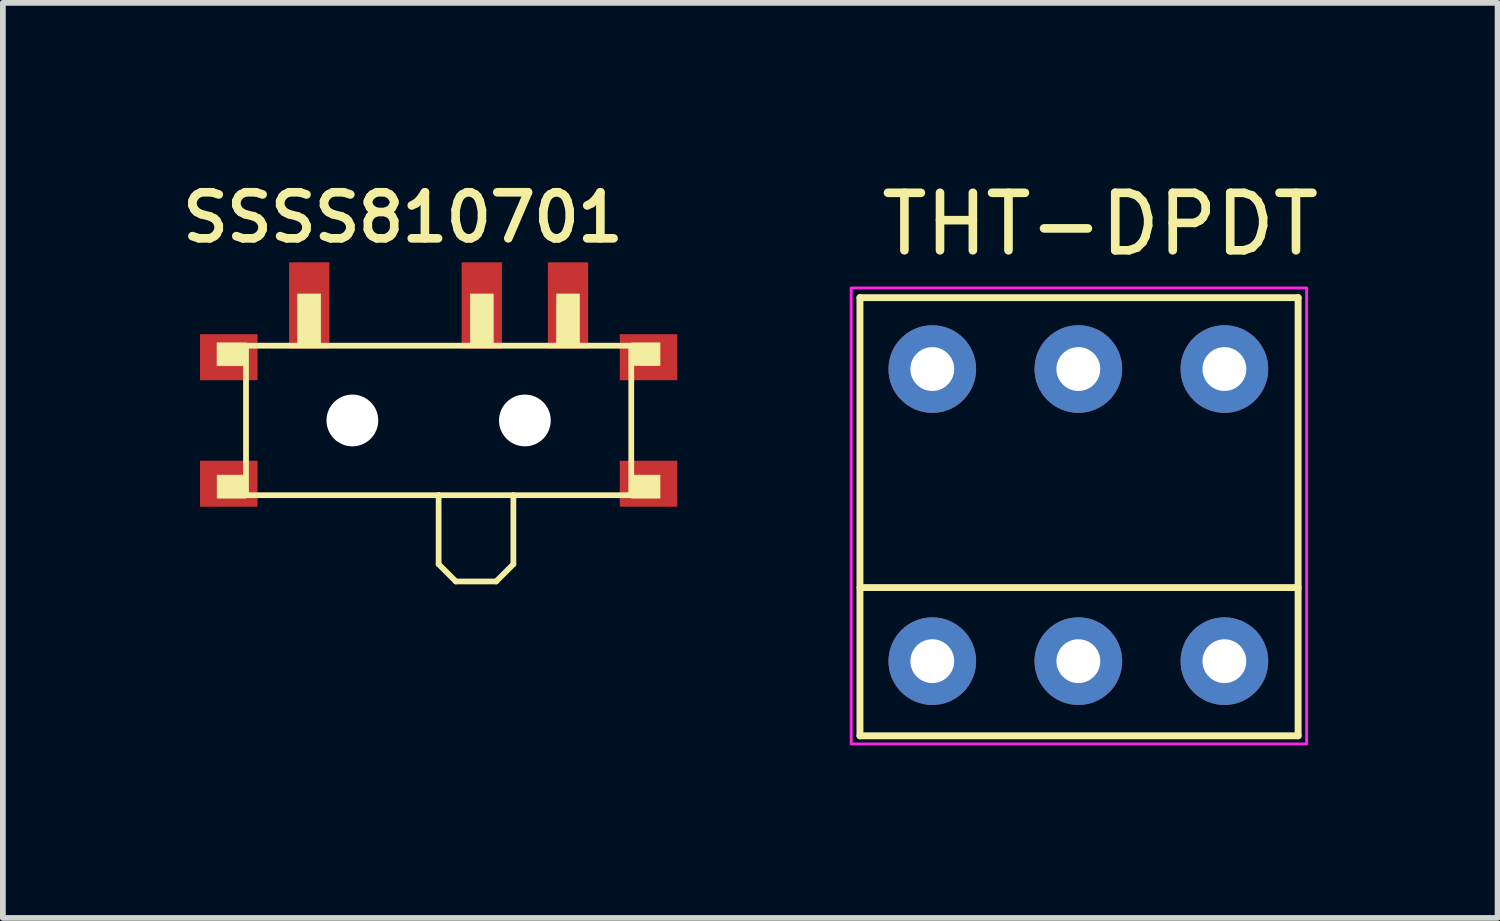
<source format=kicad_pcb>
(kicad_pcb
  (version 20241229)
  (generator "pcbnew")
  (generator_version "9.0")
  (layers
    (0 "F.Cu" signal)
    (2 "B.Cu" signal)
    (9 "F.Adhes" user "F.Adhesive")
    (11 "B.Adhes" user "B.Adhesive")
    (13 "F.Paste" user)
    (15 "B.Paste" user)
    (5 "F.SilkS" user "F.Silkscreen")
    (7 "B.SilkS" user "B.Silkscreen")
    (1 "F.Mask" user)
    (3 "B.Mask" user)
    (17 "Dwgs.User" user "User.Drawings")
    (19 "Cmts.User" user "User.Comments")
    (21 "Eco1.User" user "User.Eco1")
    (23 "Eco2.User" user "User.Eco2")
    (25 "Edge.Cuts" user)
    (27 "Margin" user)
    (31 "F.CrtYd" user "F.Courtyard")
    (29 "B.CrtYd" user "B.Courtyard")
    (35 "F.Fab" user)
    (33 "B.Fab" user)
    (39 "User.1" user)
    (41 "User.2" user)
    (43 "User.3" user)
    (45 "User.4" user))
  (footprint "SSSS810701"
    (layer "F.Cu")
    (at 4.578 4.262)
    (property "Reference" "SSSS810701" (at -0.62 -3.53 180) (layer "F.SilkS") (effects (font (size 0.801 0.801) (thickness 0.15))))
    (attr through_hole)
    (fp_line (start -3.35 -1.3) (end -3.35 1.3) (stroke (width 0.1) (type solid)) (layer "F.SilkS"))
    (fp_line (start 0 1.3) (end -3.35 1.3) (stroke (width 0.1) (type solid)) (layer "F.SilkS"))
    (fp_line (start 0 1.3) (end 0 2.5) (stroke (width 0.1) (type solid)) (layer "F.SilkS"))
    (fp_line (start 0 1.3) (end 1.3 1.3) (stroke (width 0.1) (type solid)) (layer "F.SilkS"))
    (fp_line (start 0 2.5) (end 0.3 2.8) (stroke (width 0.1) (type solid)) (layer "F.SilkS"))
    (fp_line (start 0.3 2.8) (end 1 2.8) (stroke (width 0.1) (type solid)) (layer "F.SilkS"))
    (fp_line (start 1 2.8) (end 1.3 2.5) (stroke (width 0.1) (type solid)) (layer "F.SilkS"))
    (fp_line (start 1.3 1.3) (end 3.35 1.3) (stroke (width 0.1) (type solid)) (layer "F.SilkS"))
    (fp_line (start 1.3 2.5) (end 1.3 1.3) (stroke (width 0.1) (type solid)) (layer "F.SilkS"))
    (fp_line (start 3.35 -1.3) (end -3.35 -1.3) (stroke (width 0.1) (type solid)) (layer "F.SilkS"))
    (fp_line (start 3.35 1.3) (end 3.35 -1.3) (stroke (width 0.1) (type solid)) (layer "F.SilkS"))
    (fp_poly (pts (xy -3.854 -1.35) (xy -3.35 -1.35) (xy -3.35 -0.951) (xy -3.854 -0.951)) (stroke (width 0.01) (type solid)) (fill yes) (layer "F.SilkS"))
    (fp_poly (pts (xy -3.852 0.95) (xy -3.35 0.95) (xy -3.35 1.351) (xy -3.852 1.351)) (stroke (width 0.01) (type solid)) (fill yes) (layer "F.SilkS"))
    (fp_poly (pts (xy -2.452 -2.2) (xy -2.05 -2.2) (xy -2.05 -1.301) (xy -2.452 -1.301)) (stroke (width 0.01) (type solid)) (fill yes) (layer "F.SilkS"))
    (fp_poly (pts (xy 0.551 -2.2) (xy 0.95 -2.2) (xy 0.95 -1.302) (xy 0.551 -1.302)) (stroke (width 0.01) (type solid)) (fill yes) (layer "F.SilkS"))
    (fp_poly (pts (xy 2.05 -2.2) (xy 2.45 -2.2) (xy 2.45 -1.3) (xy 2.05 -1.3)) (stroke (width 0.01) (type solid)) (fill yes) (layer "F.SilkS"))
    (fp_poly (pts (xy 3.353 0.95) (xy 3.85 0.95) (xy 3.85 1.351) (xy 3.353 1.351)) (stroke (width 0.01) (type solid)) (fill yes) (layer "F.SilkS"))
    (fp_poly (pts (xy 3.356 -1.35) (xy 3.85 -1.35) (xy 3.85 -0.952) (xy 3.356 -0.952)) (stroke (width 0.01) (type solid)) (fill yes) (layer "F.SilkS"))
    (pad "" np_thru_hole circle (at -1.5 0) (size 0.9 0.9) (drill 0.9) (layers "*.Cu" "*.Mask"))
    (pad "" np_thru_hole circle (at 1.5 0) (size 0.9 0.9) (drill 0.9) (layers "*.Cu" "*.Mask"))
    (pad "1" smd rect (at -2.25 -2) (size 0.7 1.5) (layers "F.Cu" "F.Mask" "F.Paste"))
    (pad "2" smd rect (at 0.75 -2) (size 0.7 1.5) (layers "F.Cu" "F.Mask" "F.Paste"))
    (pad "3" smd rect (at 2.25 -2) (size 0.7 1.5) (layers "F.Cu" "F.Mask" "F.Paste"))
    (pad "4.1" smd rect (at -3.65 -1.1) (size 1 0.8) (layers "F.Cu" "F.Mask" "F.Paste"))
    (pad "4.2" smd rect (at 3.65 -1.1) (size 1 0.8) (layers "F.Cu" "F.Mask" "F.Paste"))
    (pad "4.3" smd rect (at -3.65 1.1) (size 1 0.8) (layers "F.Cu" "F.Mask" "F.Paste"))
    (pad "4.4" smd rect (at 3.65 1.1) (size 1 0.8) (layers "F.Cu" "F.Mask" "F.Paste")))
  (footprint "THT-DPDT"
    (layer "F.Cu")
    (at 16.083 0.348)
    (property "Reference" "THT-DPDT" (at 0 0.5 0) (layer "F.SilkS") (effects (font (size 1 1) (thickness 0.15))))
    (attr through_hole)
    (fp_line (start -4.178 1.778) (end -4.178 9.398) (stroke (width 0.12) (type solid)) (layer "F.SilkS"))
    (fp_line (start -4.178 1.778) (end 3.442 1.778) (stroke (width 0.12) (type solid)) (layer "F.SilkS"))
    (fp_line (start 3.442 6.82) (end -4.178 6.82) (stroke (width 0.12) (type solid)) (layer "F.SilkS"))
    (fp_line (start 3.442 9.398) (end -4.178 9.398) (stroke (width 0.12) (type solid)) (layer "F.SilkS"))
    (fp_line (start 3.442 9.398) (end 3.442 1.778) (stroke (width 0.12) (type solid)) (layer "F.SilkS"))
    (fp_rect (start -4.33 1.61) (end 3.59 9.54) (stroke (width 0.05) (type solid)) (fill no) (layer "F.CrtYd"))
    (pad "" thru_hole circle (at -2.92 3.02) (size 1.524 1.524) (drill 0.762) (layers "*.Cu" "*.Mask"))
    (pad "" thru_hole circle (at -0.38 3.02) (size 1.524 1.524) (drill 0.762) (layers "*.Cu" "*.Mask"))
    (pad "" thru_hole circle (at 2.16 3.02) (size 1.524 1.524) (drill 0.762) (layers "*.Cu" "*.Mask"))
    (pad "1" thru_hole circle (at -2.92 8.1) (size 1.524 1.524) (drill 0.762) (layers "*.Cu" "*.Mask"))
    (pad "2" thru_hole circle (at 2.16 8.1) (size 1.524 1.524) (drill 0.762) (layers "*.Cu" "*.Mask"))
    (pad "3" thru_hole circle (at -0.38 8.1) (size 1.524 1.524) (drill 0.762) (layers "*.Cu" "*.Mask")))
  (gr_rect
    (start -3 -3)
    (end 22.994 12.913)
    (stroke (width 0.1) (type default))
    (fill no)
    (layer "Edge.Cuts")))
</source>
